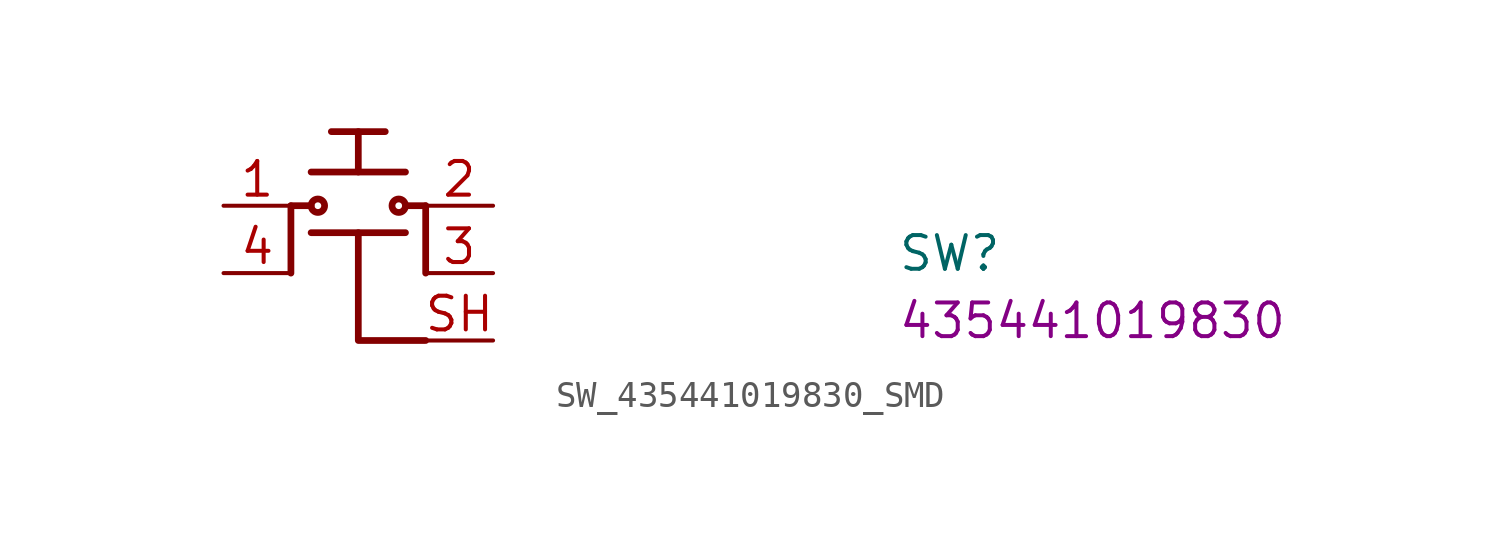
<source format=kicad_sym>
(kicad_symbol_lib
  (version 20220914)
  (generator kicad_symbol_editor)
  (symbol "SW_435441019830_SMD"
    (pin_names hide)
    (property "Reference" "SW"
      (at 25.4 -2.54 0)
      (effects (font (size 1.27 1.27) (thickness 0.15)) (justify left bottom)))
    (property "MPN" "435441019830"
      (at 25.4 -5.08 0)
      (effects (font (size 1.27 1.27) (thickness 0.15)) (justify left bottom)))
    (symbol "SW_435441019830_SMD_1_1"
      (polyline (pts (xy 2.54 -2.54) (xy 2.54 0)) (stroke (width 0.254) (type default)) (fill (type none)))
      (polyline (pts (xy 2.54 0) (xy 3.302 0)) (stroke (width 0.254) (type default)) (fill (type none)))
      (polyline (pts (xy 3.302 -1.016) (xy 6.858 -1.016)) (stroke (width 0.254) (type default)) (fill (type none)))
      (polyline (pts (xy 3.302 1.27) (xy 6.858 1.27)) (stroke (width 0.254) (type default)) (fill (type none)))
      (polyline (pts (xy 4.064 2.794) (xy 6.096 2.794)) (stroke (width 0.254) (type default)) (fill (type none)))
      (polyline (pts (xy 5.08 1.27) (xy 5.08 2.794)) (stroke (width 0.254) (type default)) (fill (type none)))
      (polyline (pts (xy 7.62 -2.54) (xy 7.62 0)) (stroke (width 0.254) (type default)) (fill (type none)))
      (polyline (pts (xy 7.62 0) (xy 6.858 0)) (stroke (width 0.254) (type default)) (fill (type none)))
      (polyline (pts (xy 7.62 -5.08) (xy 5.08 -5.08) (xy 5.08 -1.016)) (stroke (width 0.254) (type default)) (fill (type none)))
      (circle (center 3.556 0) (radius 0.254) (stroke (width 0.254) (type default)) (fill (type none)))
      (circle (center 6.604 0) (radius 0.254) (stroke (width 0.254) (type default)) (fill (type none)))
      (pin passive line (at 0 0 0) (length 2.54) (name "1" (effects (font (size 1.27 1.27)))) (number "1" (effects (font (size 1.27 1.27)))))
      (pin passive line (at 10.16 0 180) (length 2.54) (name "2" (effects (font (size 1.27 1.27)))) (number "2" (effects (font (size 1.27 1.27)))))
      (pin passive line (at 10.16 -2.54 180) (length 2.54) (name "3" (effects (font (size 1.27 1.27)))) (number "3" (effects (font (size 1.27 1.27)))))
      (pin passive line (at 0 -2.54 0) (length 2.54) (name "4" (effects (font (size 1.27 1.27)))) (number "4" (effects (font (size 1.27 1.27)))))
      (pin passive line (at 10.16 -5.08 180) (length 2.54) (name "SH" (effects (font (size 1.27 1.27)))) (number "SH" (effects (font (size 1.27 1.27))))))))
</source>
